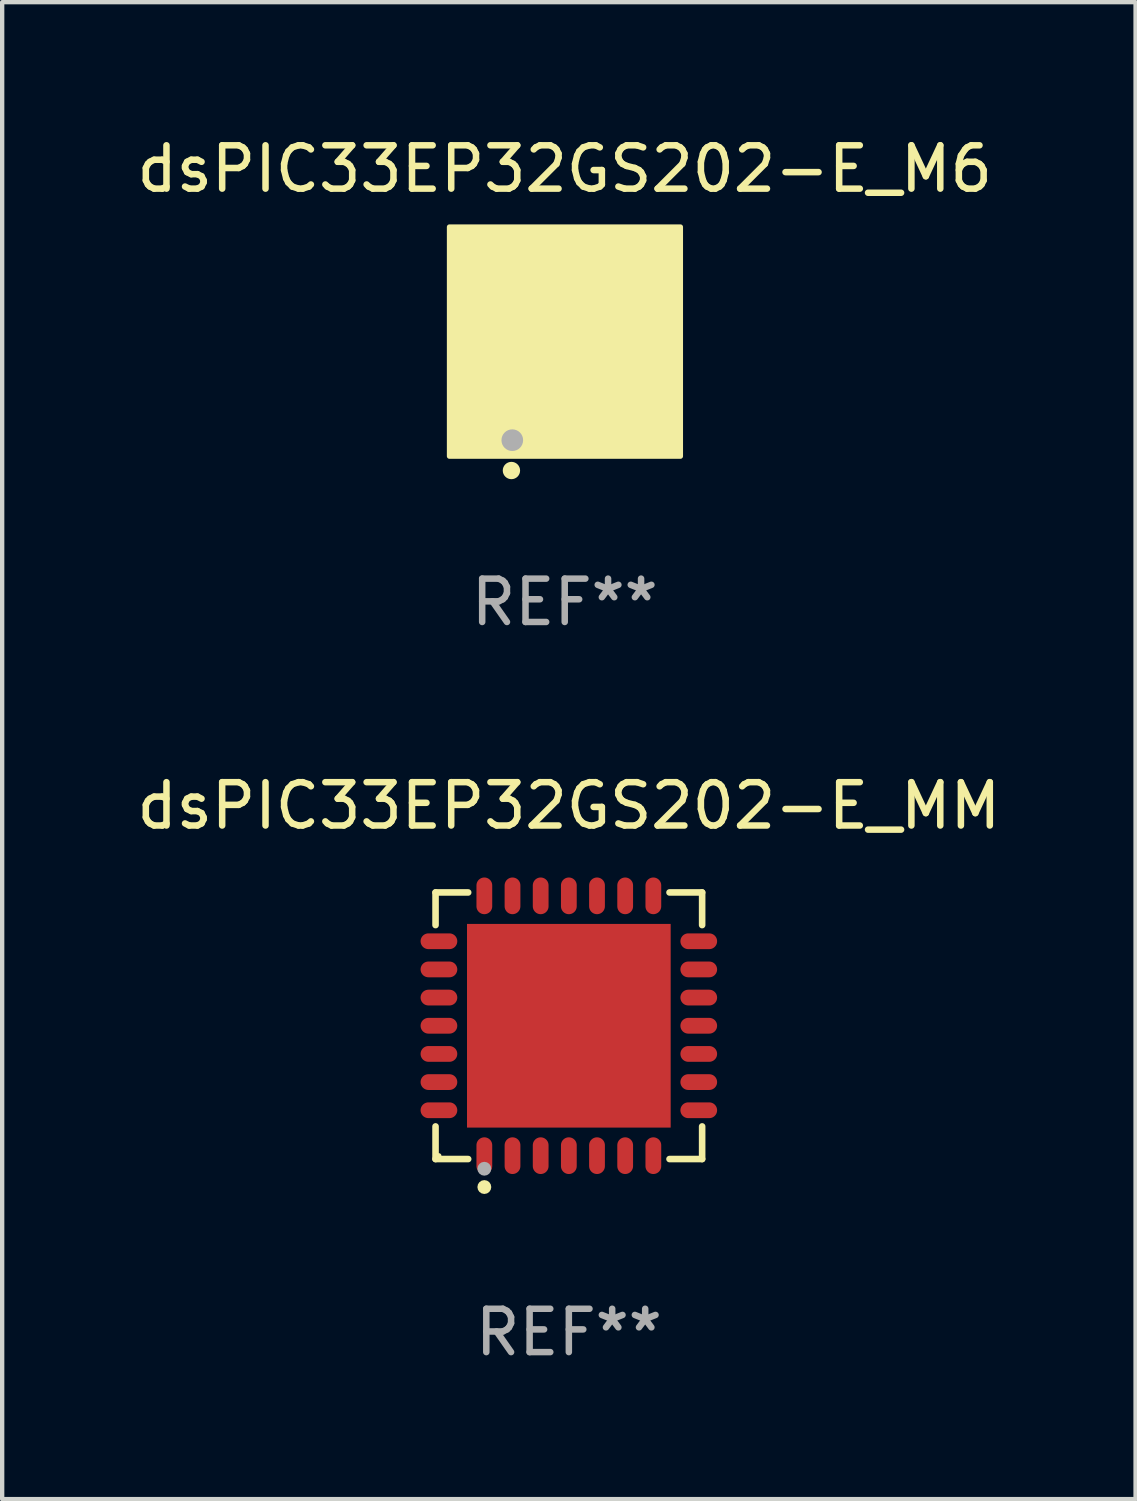
<source format=kicad_pcb>
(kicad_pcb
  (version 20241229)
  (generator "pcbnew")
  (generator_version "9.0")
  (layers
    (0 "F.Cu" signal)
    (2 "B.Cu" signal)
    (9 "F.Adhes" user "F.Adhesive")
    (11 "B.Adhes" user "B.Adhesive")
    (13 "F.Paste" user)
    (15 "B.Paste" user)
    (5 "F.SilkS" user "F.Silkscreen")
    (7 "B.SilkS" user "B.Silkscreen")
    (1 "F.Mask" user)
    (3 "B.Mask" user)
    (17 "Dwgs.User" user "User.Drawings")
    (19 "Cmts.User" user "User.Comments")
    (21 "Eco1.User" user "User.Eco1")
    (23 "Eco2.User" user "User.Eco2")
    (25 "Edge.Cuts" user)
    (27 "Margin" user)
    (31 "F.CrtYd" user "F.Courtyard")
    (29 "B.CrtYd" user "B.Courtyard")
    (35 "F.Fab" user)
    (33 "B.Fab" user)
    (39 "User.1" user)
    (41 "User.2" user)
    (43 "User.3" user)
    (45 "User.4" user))
  (footprint "dsPIC33EP32GS202-E_M6"
    (layer "F.Cu")
    (at 9.982 4.848)
    (property "Reference" "dsPIC33EP32GS202-E_M6" (at 0 -4 0) (layer "F.SilkS") (effects (font (size 1 1) (thickness 0.15))))
    (attr through_hole)
    (fp_circle (center -2 2) (end -1.97 2) (stroke (width 0.06) (type solid)) (fill no) (layer "F.SilkS"))
    (fp_circle (center -1.23 2.96) (end -1.13 2.96) (stroke (width 0.2) (type solid)) (fill no) (layer "F.SilkS"))
    (fp_poly (pts (xy -2.66 -2.66) (xy 2.67 -2.66) (xy 2.67 2.63) (xy -2.66 2.63)) (stroke (width 0.12) (type solid)) (fill yes) (layer "F.SilkS"))
    (fp_circle (center -1.21 2.26) (end -1.085 2.26) (stroke (width 0.25) (type solid)) (fill no) (layer "F.Fab"))
    (fp_text user "REF**" (at 0 6 0) (layer "F.Fab") (effects (font (size 1 1) (thickness 0.15))))
    (pad "1" smd rect (at -1.2 2 180) (size 0.2 0.85) (layers "F.Cu" "F.Mask" "F.Paste"))
    (pad "2" smd rect (at -0.8 2 180) (size 0.2 0.85) (layers "F.Cu" "F.Mask" "F.Paste"))
    (pad "3" smd rect (at -0.4 2 180) (size 0.2 0.85) (layers "F.Cu" "F.Mask" "F.Paste"))
    (pad "4" smd rect (at -0.000025 2 180) (size 0.2 0.85) (layers "F.Cu" "F.Mask" "F.Paste"))
    (pad "5" smd rect (at 0.4 2 180) (size 0.2 0.85) (layers "F.Cu" "F.Mask" "F.Paste"))
    (pad "6" smd rect (at 0.8 2 180) (size 0.2 0.85) (layers "F.Cu" "F.Mask" "F.Paste"))
    (pad "7" smd rect (at 1.2 2 180) (size 0.2 0.85) (layers "F.Cu" "F.Mask" "F.Paste"))
    (pad "8" smd rect (at 2 1.2 270) (size 0.2 0.85) (layers "F.Cu" "F.Mask" "F.Paste"))
    (pad "9" smd rect (at 2 0.8 270) (size 0.2 0.85) (layers "F.Cu" "F.Mask" "F.Paste"))
    (pad "10" smd rect (at 2 0.4 270) (size 0.2 0.85) (layers "F.Cu" "F.Mask" "F.Paste"))
    (pad "11" smd rect (at 2 -0.000025 270) (size 0.2 0.85) (layers "F.Cu" "F.Mask" "F.Paste"))
    (pad "12" smd rect (at 2 -0.4 270) (size 0.2 0.85) (layers "F.Cu" "F.Mask" "F.Paste"))
    (pad "13" smd rect (at 2 -0.8 270) (size 0.2 0.85) (layers "F.Cu" "F.Mask" "F.Paste"))
    (pad "14" smd rect (at 2 -1.2 270) (size 0.2 0.85) (layers "F.Cu" "F.Mask" "F.Paste"))
    (pad "15" smd rect (at 1.2 -2) (size 0.2 0.85) (layers "F.Cu" "F.Mask" "F.Paste"))
    (pad "16" smd rect (at 0.8 -2) (size 0.2 0.85) (layers "F.Cu" "F.Mask" "F.Paste"))
    (pad "17" smd rect (at 0.4 -2) (size 0.2 0.85) (layers "F.Cu" "F.Mask" "F.Paste"))
    (pad "18" smd rect (at -0.000051 -2) (size 0.2 0.85) (layers "F.Cu" "F.Mask" "F.Paste"))
    (pad "19" smd rect (at -0.4 -2) (size 0.2 0.85) (layers "F.Cu" "F.Mask" "F.Paste"))
    (pad "20" smd rect (at -0.8 -2) (size 0.2 0.85) (layers "F.Cu" "F.Mask" "F.Paste"))
    (pad "21" smd rect (at -1.2 -2) (size 0.2 0.85) (layers "F.Cu" "F.Mask" "F.Paste"))
    (pad "22" smd rect (at -2 -1.2 90) (size 0.2 0.85) (layers "F.Cu" "F.Mask" "F.Paste"))
    (pad "23" smd rect (at -2 -0.8 90) (size 0.2 0.85) (layers "F.Cu" "F.Mask" "F.Paste"))
    (pad "24" smd rect (at -2 -0.4 90) (size 0.2 0.85) (layers "F.Cu" "F.Mask" "F.Paste"))
    (pad "25" smd rect (at -2 -0.000025 90) (size 0.2 0.85) (layers "F.Cu" "F.Mask" "F.Paste"))
    (pad "26" smd rect (at -2 0.4 90) (size 0.2 0.85) (layers "F.Cu" "F.Mask" "F.Paste"))
    (pad "27" smd rect (at -2 0.8 90) (size 0.2 0.85) (layers "F.Cu" "F.Mask" "F.Paste"))
    (pad "28" smd rect (at -2 1.2 90) (size 0.2 0.85) (layers "F.Cu" "F.Mask" "F.Paste"))
    (pad "29" smd rect (at -1.95 -1.95 90) (size 0.78 0.78) (layers "F.Cu" "F.Mask" "F.Paste"))
    (pad "29" smd rect (at -1.95 1.95 90) (size 0.78 0.78) (layers "F.Cu" "F.Mask" "F.Paste"))
    (pad "29" smd rect (at 0.000254 0 90) (size 2 2) (layers "F.Cu" "F.Mask" "F.Paste"))
    (pad "29" smd rect (at 1.95 -1.95 90) (size 0.78 0.78) (layers "F.Cu" "F.Mask" "F.Paste"))
    (pad "29" smd rect (at 1.95 1.95 90) (size 0.78 0.78) (layers "F.Cu" "F.Mask" "F.Paste")))
  (footprint "dsPIC33EP32GS202-E_MM"
    (layer "F.Cu")
    (at 10.077 20.621)
    (property "Reference" "dsPIC33EP32GS202-E_MM" (at 0 -5.076 0) (layer "F.SilkS") (effects (font (size 1 1) (thickness 0.15))))
    (attr through_hole)
    (fp_line (start -3.076 -3.076) (end -2.323 -3.076) (stroke (width 0.152) (type solid)) (layer "F.SilkS"))
    (fp_line (start -3.076 -2.323) (end -3.076 -3.076) (stroke (width 0.152) (type solid)) (layer "F.SilkS"))
    (fp_line (start -3.076 2.323) (end -3.076 3.076) (stroke (width 0.152) (type solid)) (layer "F.SilkS"))
    (fp_line (start -3.076 3.076) (end -2.323 3.076) (stroke (width 0.152) (type solid)) (layer "F.SilkS"))
    (fp_line (start 3.076 -3.076) (end 2.323 -3.076) (stroke (width 0.152) (type solid)) (layer "F.SilkS"))
    (fp_line (start 3.076 -2.323) (end 3.076 -3.076) (stroke (width 0.152) (type solid)) (layer "F.SilkS"))
    (fp_line (start 3.076 2.323) (end 3.076 3.076) (stroke (width 0.152) (type solid)) (layer "F.SilkS"))
    (fp_line (start 3.076 3.076) (end 2.323 3.076) (stroke (width 0.152) (type solid)) (layer "F.SilkS"))
    (fp_circle (center -3 3) (end -2.97 3) (stroke (width 0.06) (type solid)) (fill no) (layer "F.SilkS"))
    (fp_circle (center -1.95 3.722) (end -1.87 3.722) (stroke (width 0.16) (type solid)) (fill no) (layer "F.SilkS"))
    (fp_circle (center -1.95 3.3) (end -1.87 3.3) (stroke (width 0.16) (type solid)) (fill no) (layer "F.Fab"))
    (fp_text user "REF**" (at 0 7.076 0) (layer "F.Fab") (effects (font (size 1 1) (thickness 0.15))))
    (pad "1" smd oval (at -1.95 2.998) (size 0.364 0.847) (layers "F.Cu" "F.Mask" "F.Paste"))
    (pad "2" smd oval (at -1.3 2.998) (size 0.364 0.847) (layers "F.Cu" "F.Mask" "F.Paste"))
    (pad "3" smd oval (at -0.65 2.998) (size 0.364 0.847) (layers "F.Cu" "F.Mask" "F.Paste"))
    (pad "4" smd oval (at 0 2.998) (size 0.364 0.847) (layers "F.Cu" "F.Mask" "F.Paste"))
    (pad "5" smd oval (at 0.65 2.998) (size 0.364 0.847) (layers "F.Cu" "F.Mask" "F.Paste"))
    (pad "6" smd oval (at 1.3 2.998) (size 0.364 0.847) (layers "F.Cu" "F.Mask" "F.Paste"))
    (pad "7" smd oval (at 1.95 2.998) (size 0.364 0.847) (layers "F.Cu" "F.Mask" "F.Paste"))
    (pad "8" smd oval (at 2.998 1.95) (size 0.847 0.364) (layers "F.Cu" "F.Mask" "F.Paste"))
    (pad "9" smd oval (at 2.998 1.3) (size 0.847 0.364) (layers "F.Cu" "F.Mask" "F.Paste"))
    (pad "10" smd oval (at 2.998 0.65) (size 0.847 0.364) (layers "F.Cu" "F.Mask" "F.Paste"))
    (pad "11" smd oval (at 2.998 0) (size 0.847 0.364) (layers "F.Cu" "F.Mask" "F.Paste"))
    (pad "12" smd oval (at 2.998 -0.65) (size 0.847 0.364) (layers "F.Cu" "F.Mask" "F.Paste"))
    (pad "13" smd oval (at 2.998 -1.3) (size 0.847 0.364) (layers "F.Cu" "F.Mask" "F.Paste"))
    (pad "14" smd oval (at 2.998 -1.95) (size 0.847 0.364) (layers "F.Cu" "F.Mask" "F.Paste"))
    (pad "15" smd oval (at 1.95 -2.998) (size 0.364 0.847) (layers "F.Cu" "F.Mask" "F.Paste"))
    (pad "16" smd oval (at 1.3 -2.998) (size 0.364 0.847) (layers "F.Cu" "F.Mask" "F.Paste"))
    (pad "17" smd oval (at 0.65 -2.998) (size 0.364 0.847) (layers "F.Cu" "F.Mask" "F.Paste"))
    (pad "18" smd oval (at 0 -2.998) (size 0.364 0.847) (layers "F.Cu" "F.Mask" "F.Paste"))
    (pad "19" smd oval (at -0.65 -2.998) (size 0.364 0.847) (layers "F.Cu" "F.Mask" "F.Paste"))
    (pad "20" smd oval (at -1.3 -2.998) (size 0.364 0.847) (layers "F.Cu" "F.Mask" "F.Paste"))
    (pad "21" smd oval (at -1.95 -2.998) (size 0.364 0.847) (layers "F.Cu" "F.Mask" "F.Paste"))
    (pad "22" smd oval (at -2.998 -1.95) (size 0.847 0.364) (layers "F.Cu" "F.Mask" "F.Paste"))
    (pad "23" smd oval (at -2.998 -1.3) (size 0.847 0.364) (layers "F.Cu" "F.Mask" "F.Paste"))
    (pad "24" smd oval (at -2.998 -0.65) (size 0.847 0.364) (layers "F.Cu" "F.Mask" "F.Paste"))
    (pad "25" smd oval (at -2.998 0) (size 0.847 0.364) (layers "F.Cu" "F.Mask" "F.Paste"))
    (pad "26" smd oval (at -2.998 0.65) (size 0.847 0.364) (layers "F.Cu" "F.Mask" "F.Paste"))
    (pad "27" smd oval (at -2.998 1.3) (size 0.847 0.364) (layers "F.Cu" "F.Mask" "F.Paste"))
    (pad "28" smd oval (at -2.998 1.95) (size 0.847 0.364) (layers "F.Cu" "F.Mask" "F.Paste"))
    (pad "29" smd rect (at 0 0) (size 4.7 4.7) (layers "F.Cu" "F.Mask" "F.Paste")))
  (gr_rect
    (start -3 -3)
    (end 23.155 31.545)
    (stroke (width 0.1) (type default))
    (fill no)
    (layer "Edge.Cuts")))
</source>
